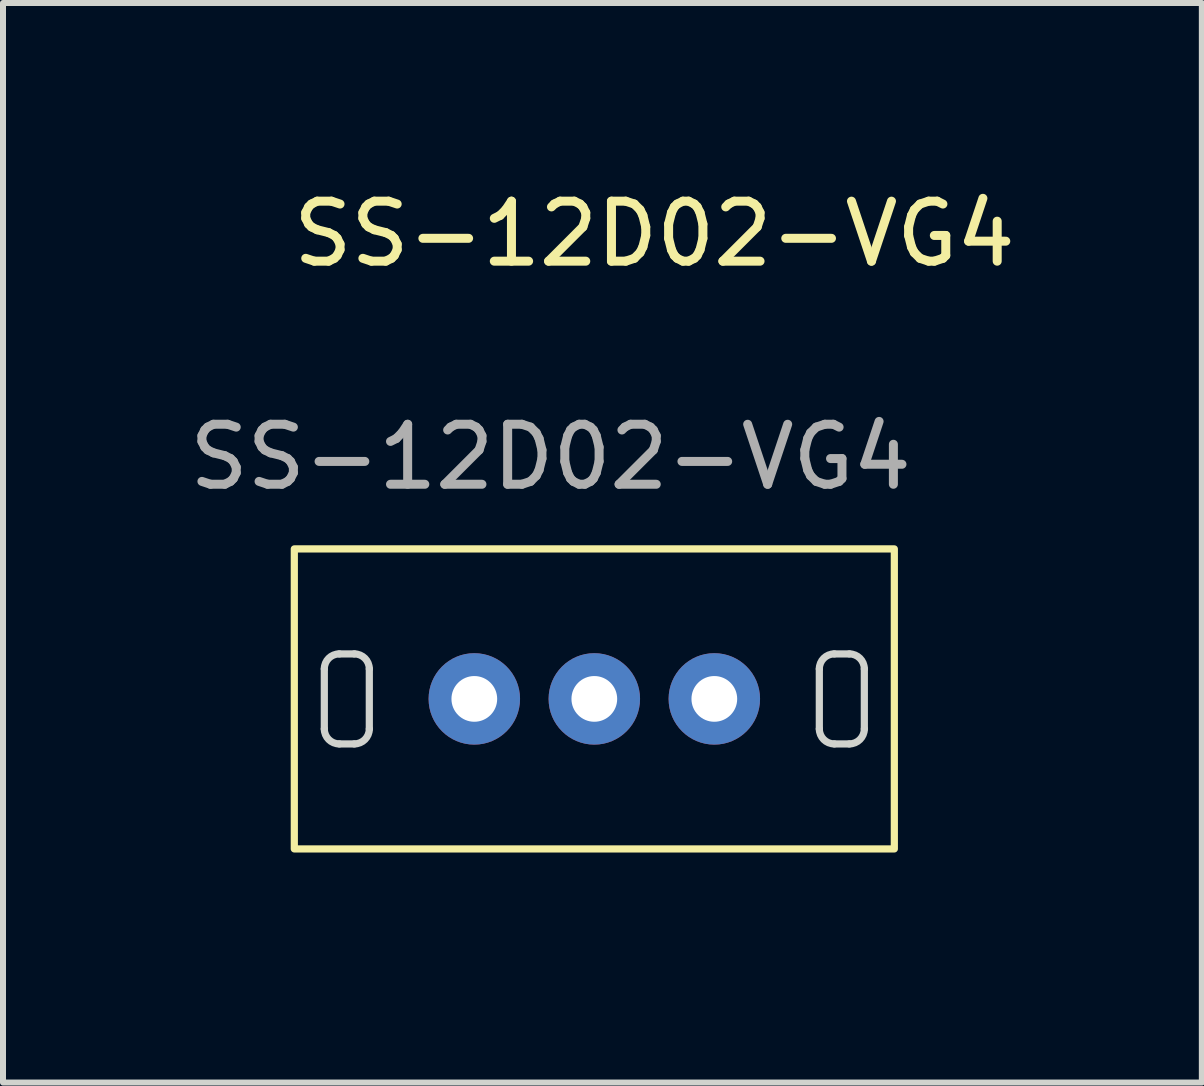
<source format=kicad_pcb>
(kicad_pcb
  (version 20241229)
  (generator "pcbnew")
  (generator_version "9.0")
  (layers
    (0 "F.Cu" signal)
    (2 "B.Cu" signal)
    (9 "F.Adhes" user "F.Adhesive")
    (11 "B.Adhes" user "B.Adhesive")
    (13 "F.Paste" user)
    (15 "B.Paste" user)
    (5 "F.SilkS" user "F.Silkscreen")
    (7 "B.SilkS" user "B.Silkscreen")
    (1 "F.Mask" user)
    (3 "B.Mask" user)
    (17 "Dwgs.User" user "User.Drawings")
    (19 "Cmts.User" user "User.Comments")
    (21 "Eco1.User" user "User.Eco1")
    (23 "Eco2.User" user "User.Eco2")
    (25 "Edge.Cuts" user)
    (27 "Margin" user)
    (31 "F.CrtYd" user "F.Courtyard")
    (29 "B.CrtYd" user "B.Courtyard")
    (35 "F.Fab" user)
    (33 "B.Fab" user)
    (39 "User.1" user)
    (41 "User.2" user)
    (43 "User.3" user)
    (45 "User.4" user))
  (footprint "SS-12D02-VG4"
    (layer "F.Cu")
    (at 6.855 8.598)
    (property "Reference" "SS-12D02-VG4" (at 1 -7.75 0) (unlocked yes) (layer "F.SilkS") (effects (font (size 1 1) (thickness 0.15))))
    (attr through_hole)
    (fp_circle (center -4.667 3.08) (end -4.413 3.08) (stroke (width 0.12) (type solid)) (fill no) (layer "B.Mask"))
    (fp_rect (start -5 -2.5) (end 5 2.5) (stroke (width 0.12) (type solid)) (fill no) (layer "F.SilkS"))
    (fp_line (start -4.5 -0.5) (end -4.5 0.5) (stroke (width 0.12) (type solid)) (layer "Edge.Cuts"))
    (fp_line (start -4.25 0.75) (end -4 0.75) (stroke (width 0.12) (type solid)) (layer "Edge.Cuts"))
    (fp_line (start -4 -0.75) (end -4.25 -0.75) (stroke (width 0.12) (type solid)) (layer "Edge.Cuts"))
    (fp_line (start -3.75 0.5) (end -3.75 -0.5) (stroke (width 0.12) (type solid)) (layer "Edge.Cuts"))
    (fp_line (start 3.75 0.5) (end 3.75 -0.5) (stroke (width 0.12) (type solid)) (layer "Edge.Cuts"))
    (fp_line (start 4 -0.75) (end 4.25 -0.75) (stroke (width 0.12) (type solid)) (layer "Edge.Cuts"))
    (fp_line (start 4.25 0.75) (end 4 0.75) (stroke (width 0.12) (type solid)) (layer "Edge.Cuts"))
    (fp_line (start 4.5 -0.5) (end 4.5 0.5) (stroke (width 0.12) (type solid)) (layer "Edge.Cuts"))
    (fp_arc (start -4.5 -0.5) (mid -4.426777 -0.676777) (end -4.25 -0.75) (stroke (width 0.12) (type solid)) (layer "Edge.Cuts"))
    (fp_arc (start -4.25 0.75) (mid -4.426777 0.676777) (end -4.5 0.5) (stroke (width 0.12) (type solid)) (layer "Edge.Cuts"))
    (fp_arc (start -4 -0.75) (mid -3.823223 -0.676777) (end -3.75 -0.5) (stroke (width 0.12) (type solid)) (layer "Edge.Cuts"))
    (fp_arc (start -3.75 0.5) (mid -3.823223 0.676777) (end -4 0.75) (stroke (width 0.12) (type solid)) (layer "Edge.Cuts"))
    (fp_arc (start 3.75 -0.5) (mid 3.823223 -0.676777) (end 4 -0.75) (stroke (width 0.12) (type solid)) (layer "Edge.Cuts"))
    (fp_arc (start 4 0.75) (mid 3.823223 0.676777) (end 3.75 0.5) (stroke (width 0.12) (type solid)) (layer "Edge.Cuts"))
    (fp_arc (start 4.25 -0.75) (mid 4.426777 -0.676777) (end 4.5 -0.5) (stroke (width 0.12) (type solid)) (layer "Edge.Cuts"))
    (fp_arc (start 4.5 0.5) (mid 4.426777 0.676777) (end 4.25 0.75) (stroke (width 0.12) (type solid)) (layer "Edge.Cuts"))
    (fp_text user "${REFERENCE}" (at -0.73 -4.032 0) (unlocked yes) (layer "F.Fab") (effects (font (size 1 1) (thickness 0.15))))
    (pad "1" thru_hole circle (at -2 0) (size 1.524 1.524) (drill 0.762) (layers "*.Cu" "*.Mask"))
    (pad "2" thru_hole circle (at 0 0) (size 1.524 1.524) (drill 0.762) (layers "*.Cu" "*.Mask"))
    (pad "3" thru_hole circle (at 2 0) (size 1.524 1.524) (drill 0.762) (layers "*.Cu" "*.Mask")))
  (gr_rect
    (start -3 -3)
    (end 16.98 14.992)
    (stroke (width 0.1) (type default))
    (fill no)
    (layer "Edge.Cuts")))
</source>
